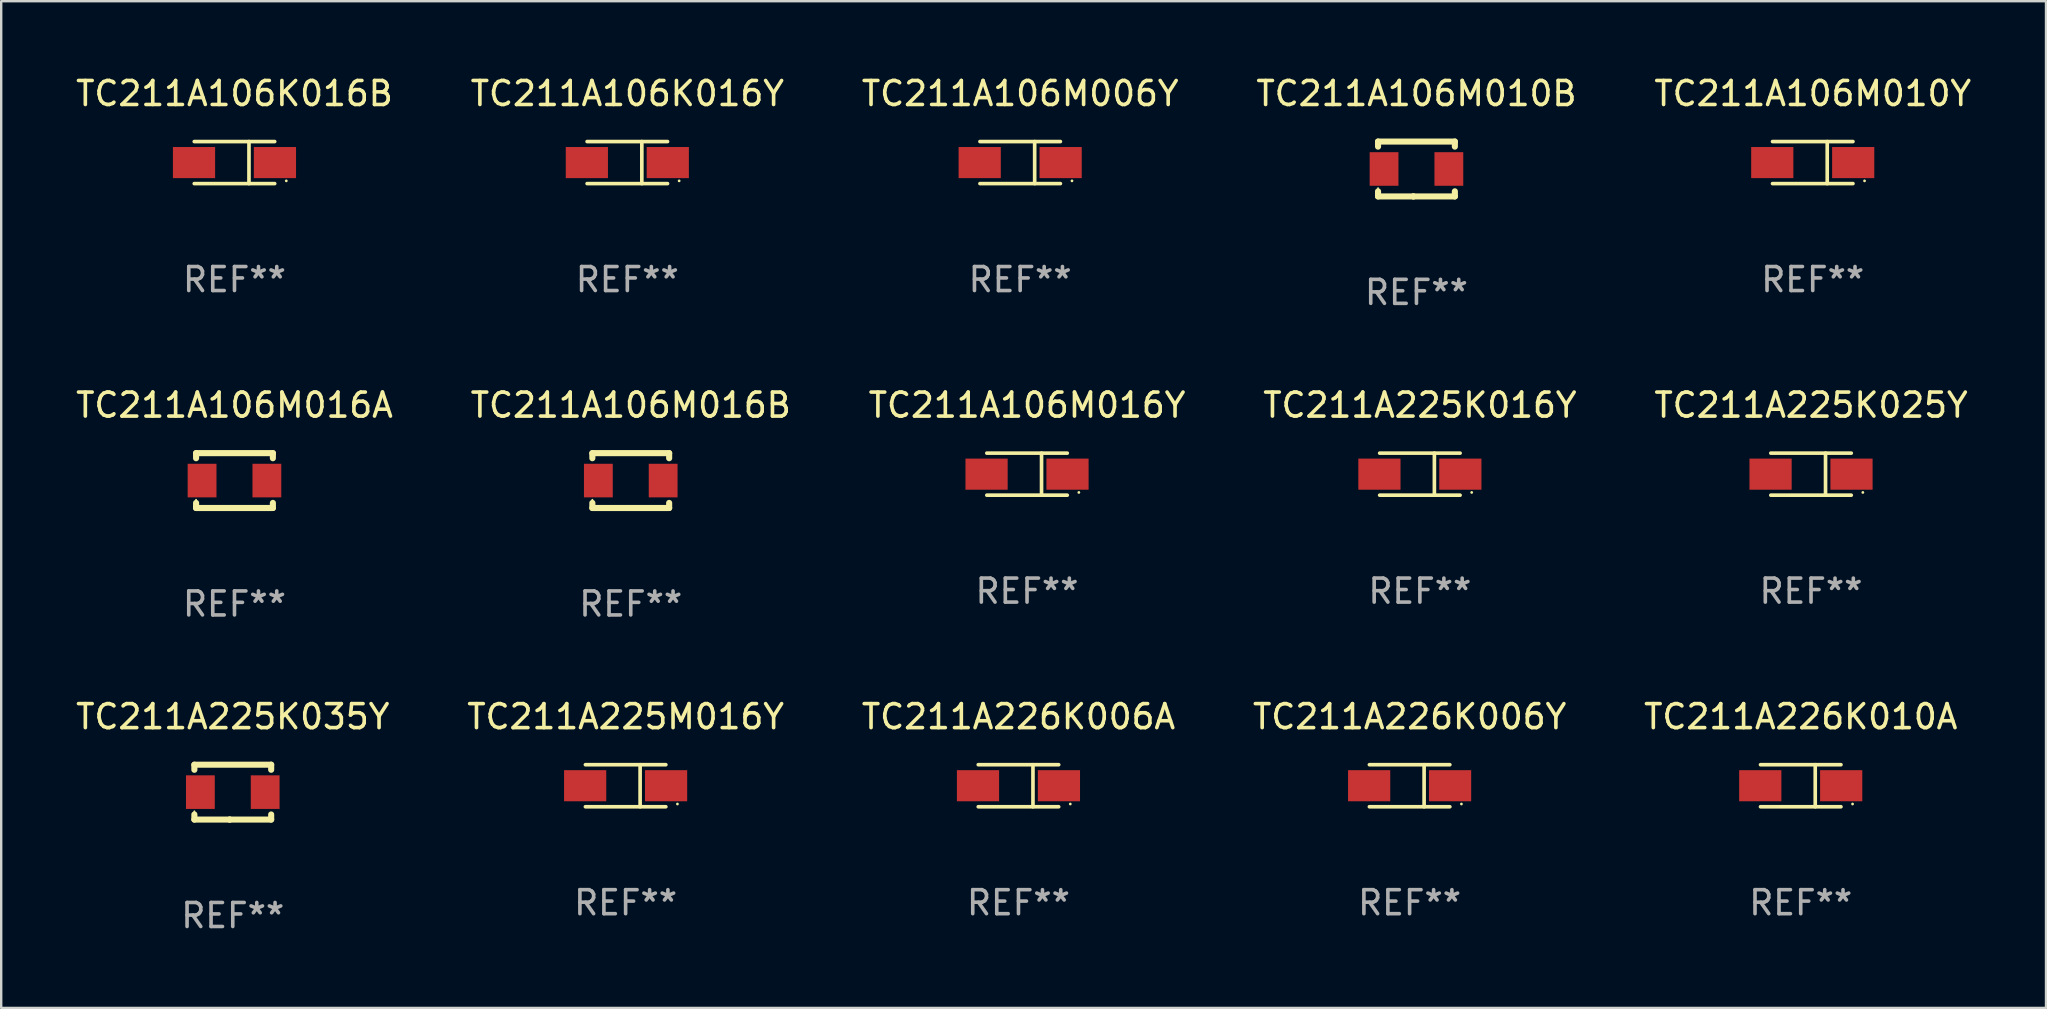
<source format=kicad_pcb>
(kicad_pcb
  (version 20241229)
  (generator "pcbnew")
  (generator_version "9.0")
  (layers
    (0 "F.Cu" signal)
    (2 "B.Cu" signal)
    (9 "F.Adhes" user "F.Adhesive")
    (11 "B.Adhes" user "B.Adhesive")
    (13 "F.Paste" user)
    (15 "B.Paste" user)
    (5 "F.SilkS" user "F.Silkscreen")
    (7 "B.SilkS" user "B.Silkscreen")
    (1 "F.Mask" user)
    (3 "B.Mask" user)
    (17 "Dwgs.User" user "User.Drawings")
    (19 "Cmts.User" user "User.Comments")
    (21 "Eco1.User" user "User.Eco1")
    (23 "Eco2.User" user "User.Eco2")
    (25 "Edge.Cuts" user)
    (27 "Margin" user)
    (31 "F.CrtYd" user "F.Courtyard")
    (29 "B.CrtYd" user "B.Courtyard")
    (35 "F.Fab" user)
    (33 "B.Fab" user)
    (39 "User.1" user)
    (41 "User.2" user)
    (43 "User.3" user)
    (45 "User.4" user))
  (footprint "TC211A106M006Y"
    (layer "F.Cu")
    (at 39.458 3.724)
    (property "Reference" "TC211A106M006Y" (at 0 -2.876 0) (layer "F.SilkS") (effects (font (size 1 1) (thickness 0.15))))
    (attr through_hole)
    (fp_line (start -1.676 -0.876) (end 1.676 -0.876) (stroke (width 0.152) (type solid)) (layer "F.SilkS"))
    (fp_line (start -1.676 0.876) (end 1.676 0.876) (stroke (width 0.152) (type solid)) (layer "F.SilkS"))
    (fp_line (start 0.604 -0.876) (end 0.604 0.876) (stroke (width 0.152) (type solid)) (layer "F.SilkS"))
    (fp_circle (center 2.159 0.762) (end 2.189 0.762) (stroke (width 0.06) (type solid)) (fill no) (layer "F.SilkS"))
    (fp_text user "REF**" (at 0 4.876 0) (layer "F.Fab") (effects (font (size 1 1) (thickness 0.15))))
    (pad "1" smd rect (at 1.686 0) (size 1.758 1.296) (layers "F.Cu" "F.Mask" "F.Paste"))
    (pad "2" smd rect (at -1.686 0) (size 1.758 1.296) (layers "F.Cu" "F.Mask" "F.Paste")))
  (footprint "TC211A225M016Y"
    (layer "F.Cu")
    (at 23.018 29.689)
    (property "Reference" "TC211A225M016Y" (at 0 -2.876 0) (layer "F.SilkS") (effects (font (size 1 1) (thickness 0.15))))
    (attr through_hole)
    (fp_line (start -1.676 -0.876) (end 1.676 -0.876) (stroke (width 0.152) (type solid)) (layer "F.SilkS"))
    (fp_line (start -1.676 0.876) (end 1.676 0.876) (stroke (width 0.152) (type solid)) (layer "F.SilkS"))
    (fp_line (start 0.604 -0.876) (end 0.604 0.876) (stroke (width 0.152) (type solid)) (layer "F.SilkS"))
    (fp_circle (center 2.159 0.762) (end 2.189 0.762) (stroke (width 0.06) (type solid)) (fill no) (layer "F.SilkS"))
    (fp_text user "REF**" (at 0 4.876 0) (layer "F.Fab") (effects (font (size 1 1) (thickness 0.15))))
    (pad "1" smd rect (at 1.686 0) (size 1.758 1.296) (layers "F.Cu" "F.Mask" "F.Paste"))
    (pad "2" smd rect (at -1.686 0) (size 1.758 1.296) (layers "F.Cu" "F.Mask" "F.Paste")))
  (footprint "TC211A225K016Y"
    (layer "F.Cu")
    (at 56.113 16.707)
    (property "Reference" "TC211A225K016Y" (at 0 -2.876 0) (layer "F.SilkS") (effects (font (size 1 1) (thickness 0.15))))
    (attr through_hole)
    (fp_line (start -1.676 -0.876) (end 1.676 -0.876) (stroke (width 0.152) (type solid)) (layer "F.SilkS"))
    (fp_line (start -1.676 0.876) (end 1.676 0.876) (stroke (width 0.152) (type solid)) (layer "F.SilkS"))
    (fp_line (start 0.604 -0.876) (end 0.604 0.876) (stroke (width 0.152) (type solid)) (layer "F.SilkS"))
    (fp_circle (center 2.159 0.762) (end 2.189 0.762) (stroke (width 0.06) (type solid)) (fill no) (layer "F.SilkS"))
    (fp_text user "REF**" (at 0 4.876 0) (layer "F.Fab") (effects (font (size 1 1) (thickness 0.15))))
    (pad "1" smd rect (at 1.686 0) (size 1.758 1.296) (layers "F.Cu" "F.Mask" "F.Paste"))
    (pad "2" smd rect (at -1.686 0) (size 1.758 1.296) (layers "F.Cu" "F.Mask" "F.Paste")))
  (footprint "TC211A106M010Y"
    (layer "F.Cu")
    (at 72.482 3.724)
    (property "Reference" "TC211A106M010Y" (at 0 -2.876 0) (layer "F.SilkS") (effects (font (size 1 1) (thickness 0.15))))
    (attr through_hole)
    (fp_line (start -1.676 -0.876) (end 1.676 -0.876) (stroke (width 0.152) (type solid)) (layer "F.SilkS"))
    (fp_line (start -1.676 0.876) (end 1.676 0.876) (stroke (width 0.152) (type solid)) (layer "F.SilkS"))
    (fp_line (start 0.604 -0.876) (end 0.604 0.876) (stroke (width 0.152) (type solid)) (layer "F.SilkS"))
    (fp_circle (center 2.159 0.762) (end 2.189 0.762) (stroke (width 0.06) (type solid)) (fill no) (layer "F.SilkS"))
    (fp_text user "REF**" (at 0 4.876 0) (layer "F.Fab") (effects (font (size 1 1) (thickness 0.15))))
    (pad "1" smd rect (at 1.686 0) (size 1.758 1.296) (layers "F.Cu" "F.Mask" "F.Paste"))
    (pad "2" smd rect (at -1.686 0) (size 1.758 1.296) (layers "F.Cu" "F.Mask" "F.Paste")))
  (footprint "TC211A225K035Y"
    (layer "F.Cu")
    (at 6.649 29.956)
    (property "Reference" "TC211A225K035Y" (at 0 -3.143 0) (layer "F.SilkS") (effects (font (size 1 1) (thickness 0.15))))
    (attr through_hole)
    (fp_line (start -1.6 1.143) (end -0.128 1.143) (stroke (width 0.254) (type solid)) (layer "F.SilkS"))
    (fp_line (start -1.6 -1.143) (end -1.6 -0.931) (stroke (width 0.254) (type solid)) (layer "F.SilkS"))
    (fp_line (start -1.6 -1.143) (end 1.6 -1.143) (stroke (width 0.254) (type solid)) (layer "F.SilkS"))
    (fp_line (start -1.6 0.931) (end -1.6 1.143) (stroke (width 0.254) (type solid)) (layer "F.SilkS"))
    (fp_line (start -0.128 1.143) (end -0.128 1.143) (stroke (width 0.254) (type solid)) (layer "F.SilkS"))
    (fp_line (start -0.128 1.143) (end 1.6 1.143) (stroke (width 0.254) (type solid)) (layer "F.SilkS"))
    (fp_line (start 1.6 -1.143) (end 1.6 -0.931) (stroke (width 0.254) (type solid)) (layer "F.SilkS"))
    (fp_line (start 1.6 0.931) (end 1.6 1.143) (stroke (width 0.254) (type solid)) (layer "F.SilkS"))
    (fp_circle (center -1.6 0.8) (end -1.58 0.8) (stroke (width 0.04) (type solid)) (fill no) (layer "F.SilkS"))
    (fp_text user "REF**" (at 0 5.143 0) (layer "F.Fab") (effects (font (size 1 1) (thickness 0.15))))
    (pad "1" smd rect (at -1.35 0) (size 1.2 1.4) (layers "F.Cu" "F.Mask" "F.Paste"))
    (pad "2" smd rect (at 1.35 0) (size 1.2 1.4) (layers "F.Cu" "F.Mask" "F.Paste")))
  (footprint "TC211A226K006A"
    (layer "F.Cu")
    (at 39.387 29.689)
    (property "Reference" "TC211A226K006A" (at 0 -2.876 0) (layer "F.SilkS") (effects (font (size 1 1) (thickness 0.15))))
    (attr through_hole)
    (fp_line (start -1.676 -0.876) (end 1.676 -0.876) (stroke (width 0.152) (type solid)) (layer "F.SilkS"))
    (fp_line (start -1.676 0.876) (end 1.676 0.876) (stroke (width 0.152) (type solid)) (layer "F.SilkS"))
    (fp_line (start 0.604 -0.876) (end 0.604 0.876) (stroke (width 0.152) (type solid)) (layer "F.SilkS"))
    (fp_circle (center 2.159 0.762) (end 2.189 0.762) (stroke (width 0.06) (type solid)) (fill no) (layer "F.SilkS"))
    (fp_text user "REF**" (at 0 4.876 0) (layer "F.Fab") (effects (font (size 1 1) (thickness 0.15))))
    (pad "1" smd rect (at 1.686 0) (size 1.758 1.296) (layers "F.Cu" "F.Mask" "F.Paste"))
    (pad "2" smd rect (at -1.686 0) (size 1.758 1.296) (layers "F.Cu" "F.Mask" "F.Paste")))
  (footprint "TC211A106K016Y"
    (layer "F.Cu")
    (at 23.089 3.724)
    (property "Reference" "TC211A106K016Y" (at 0 -2.876 0) (layer "F.SilkS") (effects (font (size 1 1) (thickness 0.15))))
    (attr through_hole)
    (fp_line (start -1.676 -0.876) (end 1.676 -0.876) (stroke (width 0.152) (type solid)) (layer "F.SilkS"))
    (fp_line (start -1.676 0.876) (end 1.676 0.876) (stroke (width 0.152) (type solid)) (layer "F.SilkS"))
    (fp_line (start 0.604 -0.876) (end 0.604 0.876) (stroke (width 0.152) (type solid)) (layer "F.SilkS"))
    (fp_circle (center 2.159 0.762) (end 2.189 0.762) (stroke (width 0.06) (type solid)) (fill no) (layer "F.SilkS"))
    (fp_text user "REF**" (at 0 4.876 0) (layer "F.Fab") (effects (font (size 1 1) (thickness 0.15))))
    (pad "1" smd rect (at 1.686 0) (size 1.758 1.296) (layers "F.Cu" "F.Mask" "F.Paste"))
    (pad "2" smd rect (at -1.686 0) (size 1.758 1.296) (layers "F.Cu" "F.Mask" "F.Paste")))
  (footprint "TC211A106M010B"
    (layer "F.Cu")
    (at 55.97 3.991)
    (property "Reference" "TC211A106M010B" (at 0 -3.143 0) (layer "F.SilkS") (effects (font (size 1 1) (thickness 0.15))))
    (attr through_hole)
    (fp_line (start -1.6 1.143) (end -0.128 1.143) (stroke (width 0.254) (type solid)) (layer "F.SilkS"))
    (fp_line (start -1.6 -1.143) (end -1.6 -0.931) (stroke (width 0.254) (type solid)) (layer "F.SilkS"))
    (fp_line (start -1.6 -1.143) (end 1.6 -1.143) (stroke (width 0.254) (type solid)) (layer "F.SilkS"))
    (fp_line (start -1.6 0.931) (end -1.6 1.143) (stroke (width 0.254) (type solid)) (layer "F.SilkS"))
    (fp_line (start -0.128 1.143) (end -0.128 1.143) (stroke (width 0.254) (type solid)) (layer "F.SilkS"))
    (fp_line (start -0.128 1.143) (end 1.6 1.143) (stroke (width 0.254) (type solid)) (layer "F.SilkS"))
    (fp_line (start 1.6 -1.143) (end 1.6 -0.931) (stroke (width 0.254) (type solid)) (layer "F.SilkS"))
    (fp_line (start 1.6 0.931) (end 1.6 1.143) (stroke (width 0.254) (type solid)) (layer "F.SilkS"))
    (fp_circle (center -1.6 0.8) (end -1.58 0.8) (stroke (width 0.04) (type solid)) (fill no) (layer "F.SilkS"))
    (fp_text user "REF**" (at 0 5.143 0) (layer "F.Fab") (effects (font (size 1 1) (thickness 0.15))))
    (pad "1" smd rect (at -1.35 0) (size 1.2 1.4) (layers "F.Cu" "F.Mask" "F.Paste"))
    (pad "2" smd rect (at 1.35 0) (size 1.2 1.4) (layers "F.Cu" "F.Mask" "F.Paste")))
  (footprint "TC211A106K016B"
    (layer "F.Cu")
    (at 6.72 3.724)
    (property "Reference" "TC211A106K016B" (at 0 -2.876 0) (layer "F.SilkS") (effects (font (size 1 1) (thickness 0.15))))
    (attr through_hole)
    (fp_line (start -1.676 -0.876) (end 1.676 -0.876) (stroke (width 0.152) (type solid)) (layer "F.SilkS"))
    (fp_line (start -1.676 0.876) (end 1.676 0.876) (stroke (width 0.152) (type solid)) (layer "F.SilkS"))
    (fp_line (start 0.604 -0.876) (end 0.604 0.876) (stroke (width 0.152) (type solid)) (layer "F.SilkS"))
    (fp_circle (center 2.159 0.762) (end 2.189 0.762) (stroke (width 0.06) (type solid)) (fill no) (layer "F.SilkS"))
    (fp_text user "REF**" (at 0 4.876 0) (layer "F.Fab") (effects (font (size 1 1) (thickness 0.15))))
    (pad "1" smd rect (at 1.686 0) (size 1.758 1.296) (layers "F.Cu" "F.Mask" "F.Paste"))
    (pad "2" smd rect (at -1.686 0) (size 1.758 1.296) (layers "F.Cu" "F.Mask" "F.Paste")))
  (footprint "TC211A106M016A"
    (layer "F.Cu")
    (at 6.72 16.974)
    (property "Reference" "TC211A106M016A" (at 0 -3.143 0) (layer "F.SilkS") (effects (font (size 1 1) (thickness 0.15))))
    (attr through_hole)
    (fp_line (start -1.6 1.143) (end -0.128 1.143) (stroke (width 0.254) (type solid)) (layer "F.SilkS"))
    (fp_line (start -1.6 -1.143) (end -1.6 -0.931) (stroke (width 0.254) (type solid)) (layer "F.SilkS"))
    (fp_line (start -1.6 -1.143) (end 1.6 -1.143) (stroke (width 0.254) (type solid)) (layer "F.SilkS"))
    (fp_line (start -1.6 0.931) (end -1.6 1.143) (stroke (width 0.254) (type solid)) (layer "F.SilkS"))
    (fp_line (start -0.128 1.143) (end -0.128 1.143) (stroke (width 0.254) (type solid)) (layer "F.SilkS"))
    (fp_line (start -0.128 1.143) (end 1.6 1.143) (stroke (width 0.254) (type solid)) (layer "F.SilkS"))
    (fp_line (start 1.6 -1.143) (end 1.6 -0.931) (stroke (width 0.254) (type solid)) (layer "F.SilkS"))
    (fp_line (start 1.6 0.931) (end 1.6 1.143) (stroke (width 0.254) (type solid)) (layer "F.SilkS"))
    (fp_circle (center -1.6 0.8) (end -1.58 0.8) (stroke (width 0.04) (type solid)) (fill no) (layer "F.SilkS"))
    (fp_text user "REF**" (at 0 5.143 0) (layer "F.Fab") (effects (font (size 1 1) (thickness 0.15))))
    (pad "1" smd rect (at -1.35 0) (size 1.2 1.4) (layers "F.Cu" "F.Mask" "F.Paste"))
    (pad "2" smd rect (at 1.35 0) (size 1.2 1.4) (layers "F.Cu" "F.Mask" "F.Paste")))
  (footprint "TC211A226K006Y"
    (layer "F.Cu")
    (at 55.685 29.689)
    (property "Reference" "TC211A226K006Y" (at 0 -2.876 0) (layer "F.SilkS") (effects (font (size 1 1) (thickness 0.15))))
    (attr through_hole)
    (fp_line (start -1.676 -0.876) (end 1.676 -0.876) (stroke (width 0.152) (type solid)) (layer "F.SilkS"))
    (fp_line (start -1.676 0.876) (end 1.676 0.876) (stroke (width 0.152) (type solid)) (layer "F.SilkS"))
    (fp_line (start 0.604 -0.876) (end 0.604 0.876) (stroke (width 0.152) (type solid)) (layer "F.SilkS"))
    (fp_circle (center 2.159 0.762) (end 2.189 0.762) (stroke (width 0.06) (type solid)) (fill no) (layer "F.SilkS"))
    (fp_text user "REF**" (at 0 4.876 0) (layer "F.Fab") (effects (font (size 1 1) (thickness 0.15))))
    (pad "1" smd rect (at 1.686 0) (size 1.758 1.296) (layers "F.Cu" "F.Mask" "F.Paste"))
    (pad "2" smd rect (at -1.686 0) (size 1.758 1.296) (layers "F.Cu" "F.Mask" "F.Paste")))
  (footprint "TC211A106M016Y"
    (layer "F.Cu")
    (at 39.744 16.707)
    (property "Reference" "TC211A106M016Y" (at 0 -2.876 0) (layer "F.SilkS") (effects (font (size 1 1) (thickness 0.15))))
    (attr through_hole)
    (fp_line (start -1.676 -0.876) (end 1.676 -0.876) (stroke (width 0.152) (type solid)) (layer "F.SilkS"))
    (fp_line (start -1.676 0.876) (end 1.676 0.876) (stroke (width 0.152) (type solid)) (layer "F.SilkS"))
    (fp_line (start 0.604 -0.876) (end 0.604 0.876) (stroke (width 0.152) (type solid)) (layer "F.SilkS"))
    (fp_circle (center 2.159 0.762) (end 2.189 0.762) (stroke (width 0.06) (type solid)) (fill no) (layer "F.SilkS"))
    (fp_text user "REF**" (at 0 4.876 0) (layer "F.Fab") (effects (font (size 1 1) (thickness 0.15))))
    (pad "1" smd rect (at 1.686 0) (size 1.758 1.296) (layers "F.Cu" "F.Mask" "F.Paste"))
    (pad "2" smd rect (at -1.686 0) (size 1.758 1.296) (layers "F.Cu" "F.Mask" "F.Paste")))
  (footprint "TC211A225K025Y"
    (layer "F.Cu")
    (at 72.411 16.707)
    (property "Reference" "TC211A225K025Y" (at 0 -2.876 0) (layer "F.SilkS") (effects (font (size 1 1) (thickness 0.15))))
    (attr through_hole)
    (fp_line (start -1.676 -0.876) (end 1.676 -0.876) (stroke (width 0.152) (type solid)) (layer "F.SilkS"))
    (fp_line (start -1.676 0.876) (end 1.676 0.876) (stroke (width 0.152) (type solid)) (layer "F.SilkS"))
    (fp_line (start 0.604 -0.876) (end 0.604 0.876) (stroke (width 0.152) (type solid)) (layer "F.SilkS"))
    (fp_circle (center 2.159 0.762) (end 2.189 0.762) (stroke (width 0.06) (type solid)) (fill no) (layer "F.SilkS"))
    (fp_text user "REF**" (at 0 4.876 0) (layer "F.Fab") (effects (font (size 1 1) (thickness 0.15))))
    (pad "1" smd rect (at 1.686 0) (size 1.758 1.296) (layers "F.Cu" "F.Mask" "F.Paste"))
    (pad "2" smd rect (at -1.686 0) (size 1.758 1.296) (layers "F.Cu" "F.Mask" "F.Paste")))
  (footprint "TC211A106M016B"
    (layer "F.Cu")
    (at 23.232 16.974)
    (property "Reference" "TC211A106M016B" (at 0 -3.143 0) (layer "F.SilkS") (effects (font (size 1 1) (thickness 0.15))))
    (attr through_hole)
    (fp_line (start -1.6 1.143) (end -0.128 1.143) (stroke (width 0.254) (type solid)) (layer "F.SilkS"))
    (fp_line (start -1.6 -1.143) (end -1.6 -0.931) (stroke (width 0.254) (type solid)) (layer "F.SilkS"))
    (fp_line (start -1.6 -1.143) (end 1.6 -1.143) (stroke (width 0.254) (type solid)) (layer "F.SilkS"))
    (fp_line (start -1.6 0.931) (end -1.6 1.143) (stroke (width 0.254) (type solid)) (layer "F.SilkS"))
    (fp_line (start -0.128 1.143) (end -0.128 1.143) (stroke (width 0.254) (type solid)) (layer "F.SilkS"))
    (fp_line (start -0.128 1.143) (end 1.6 1.143) (stroke (width 0.254) (type solid)) (layer "F.SilkS"))
    (fp_line (start 1.6 -1.143) (end 1.6 -0.931) (stroke (width 0.254) (type solid)) (layer "F.SilkS"))
    (fp_line (start 1.6 0.931) (end 1.6 1.143) (stroke (width 0.254) (type solid)) (layer "F.SilkS"))
    (fp_circle (center -1.6 0.8) (end -1.58 0.8) (stroke (width 0.04) (type solid)) (fill no) (layer "F.SilkS"))
    (fp_text user "REF**" (at 0 5.143 0) (layer "F.Fab") (effects (font (size 1 1) (thickness 0.15))))
    (pad "1" smd rect (at -1.35 0) (size 1.2 1.4) (layers "F.Cu" "F.Mask" "F.Paste"))
    (pad "2" smd rect (at 1.35 0) (size 1.2 1.4) (layers "F.Cu" "F.Mask" "F.Paste")))
  (footprint "TC211A226K010A"
    (layer "F.Cu")
    (at 71.982 29.689)
    (property "Reference" "TC211A226K010A" (at 0 -2.876 0) (layer "F.SilkS") (effects (font (size 1 1) (thickness 0.15))))
    (attr through_hole)
    (fp_line (start -1.676 -0.876) (end 1.676 -0.876) (stroke (width 0.152) (type solid)) (layer "F.SilkS"))
    (fp_line (start -1.676 0.876) (end 1.676 0.876) (stroke (width 0.152) (type solid)) (layer "F.SilkS"))
    (fp_line (start 0.604 -0.876) (end 0.604 0.876) (stroke (width 0.152) (type solid)) (layer "F.SilkS"))
    (fp_circle (center 2.159 0.762) (end 2.189 0.762) (stroke (width 0.06) (type solid)) (fill no) (layer "F.SilkS"))
    (fp_text user "REF**" (at 0 4.876 0) (layer "F.Fab") (effects (font (size 1 1) (thickness 0.15))))
    (pad "1" smd rect (at 1.686 0) (size 1.758 1.296) (layers "F.Cu" "F.Mask" "F.Paste"))
    (pad "2" smd rect (at -1.686 0) (size 1.758 1.296) (layers "F.Cu" "F.Mask" "F.Paste")))
  (gr_rect
    (start -3 -3)
    (end 82.202 38.948)
    (stroke (width 0.1) (type default))
    (fill no)
    (layer "Edge.Cuts")))
</source>
